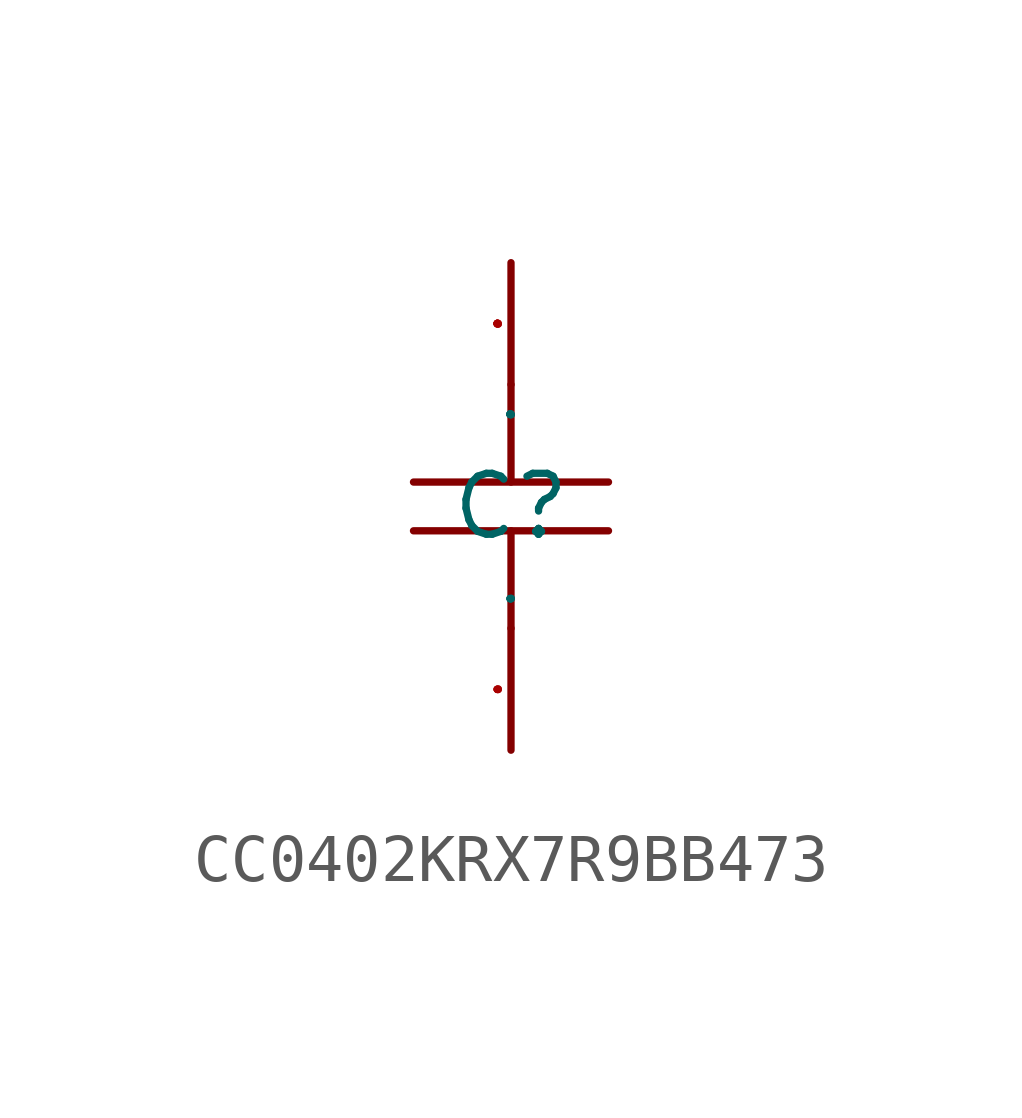
<source format=kicad_sym>
(kicad_symbol_lib
  (version 20241209)
  (generator "kicad_symbol_editor")
  (generator_version "9.0")
  (symbol "CC0402KRX7R9BB473"
    (property "Reference" "C"
      (at 0 0 0)
      (effects (font (size 1.27 1.27))))
    (symbol "CC0402KRX7R9BB473_1_0"
      (polyline (pts (xy -2.032 0.508) (xy 2.032 0.508)) (stroke (width 0) (type default)) (fill (type none)))
      (polyline (pts (xy 0 2.54) (xy 0 0.508)) (stroke (width 0) (type default)) (fill (type none)))
      (polyline (pts (xy 0 -0.508) (xy 0 -2.54)) (stroke (width 0) (type default)) (fill (type none)))
      (polyline (pts (xy 2.032 -0.508) (xy -2.032 -0.508)) (stroke (width 0) (type default)) (fill (type none)))
      (pin unspecified line (at 0 5.08 270) (length 2.54) (name "2" (effects (font (size 0.025 0.025)))) (number "2" (effects (font (size 0.025 0.025)))))
      (pin unspecified line (at 0 -5.08 90) (length 2.54) (name "1" (effects (font (size 0.025 0.025)))) (number "1" (effects (font (size 0.025 0.025))))))))
</source>
